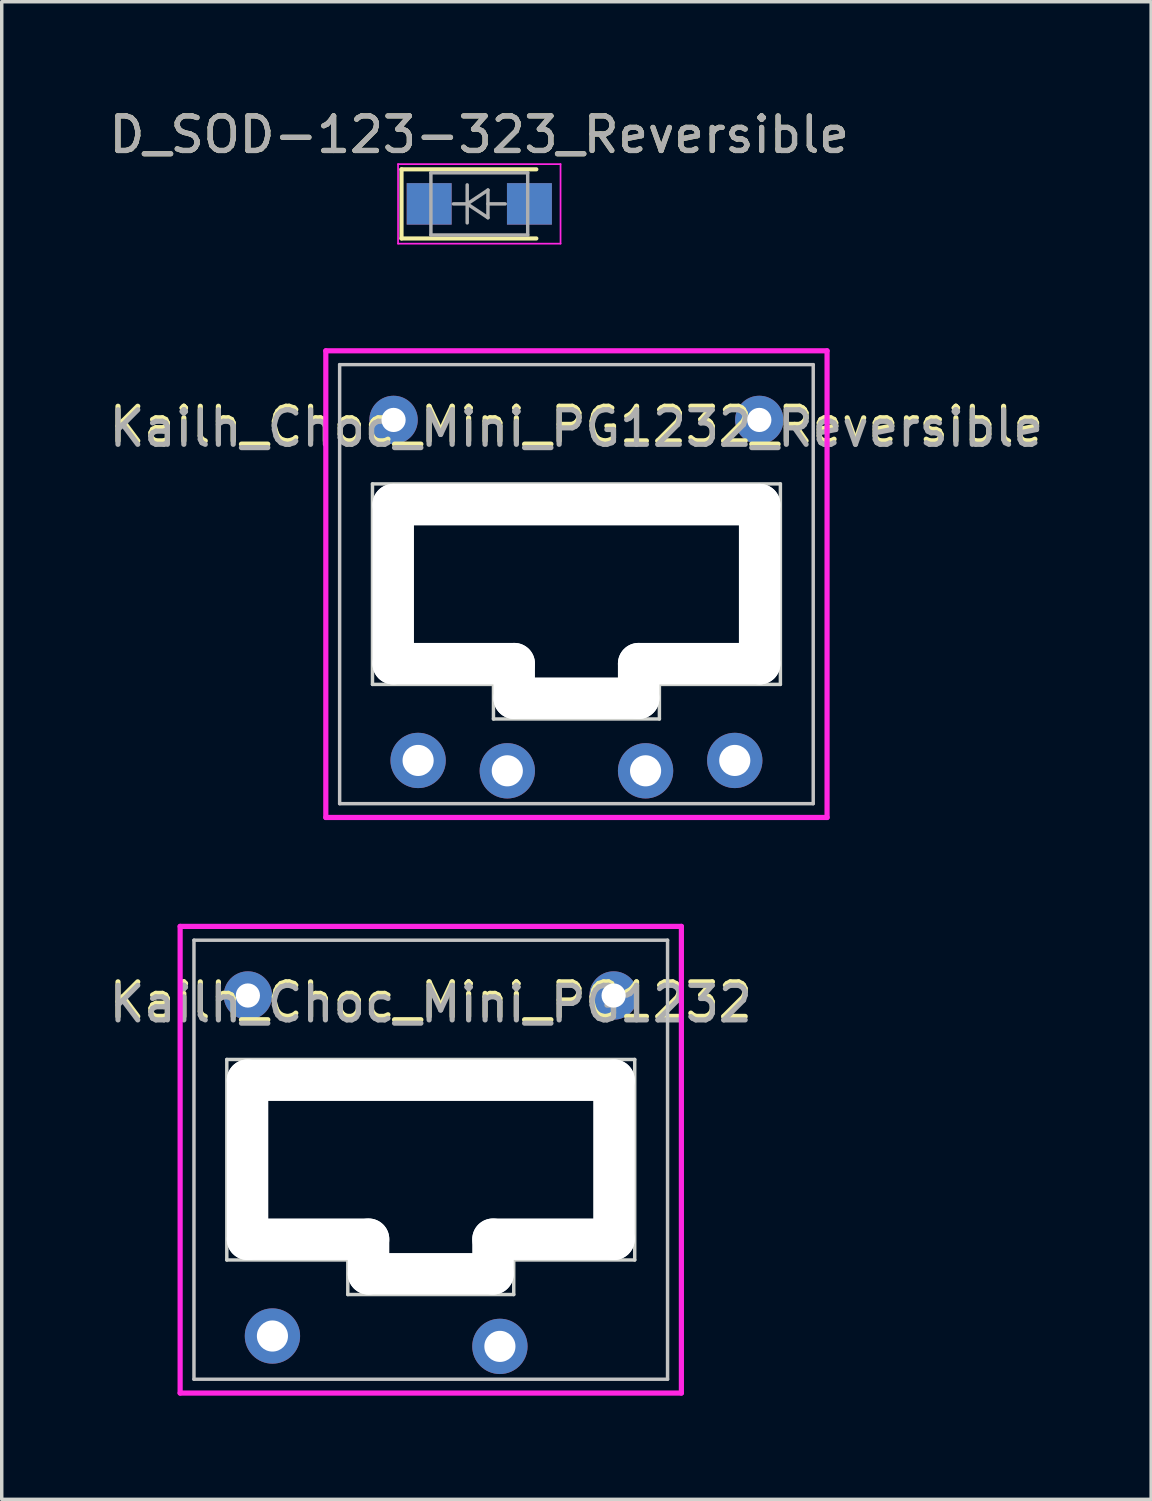
<source format=kicad_pcb>
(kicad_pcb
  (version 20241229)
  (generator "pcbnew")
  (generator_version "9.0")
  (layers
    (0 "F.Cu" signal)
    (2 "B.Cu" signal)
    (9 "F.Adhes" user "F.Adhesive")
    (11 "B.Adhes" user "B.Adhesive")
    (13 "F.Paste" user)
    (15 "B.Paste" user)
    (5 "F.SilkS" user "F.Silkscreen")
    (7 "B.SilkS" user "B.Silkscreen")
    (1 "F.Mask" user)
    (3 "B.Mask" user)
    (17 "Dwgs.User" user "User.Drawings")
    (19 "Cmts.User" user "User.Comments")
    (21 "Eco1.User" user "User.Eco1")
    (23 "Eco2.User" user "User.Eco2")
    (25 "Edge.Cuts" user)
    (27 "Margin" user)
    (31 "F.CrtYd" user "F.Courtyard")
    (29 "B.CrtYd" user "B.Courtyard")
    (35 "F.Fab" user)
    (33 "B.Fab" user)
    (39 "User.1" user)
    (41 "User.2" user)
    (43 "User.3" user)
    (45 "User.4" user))
  (footprint "Kailh_Choc_Mini_PG1232"
    (layer "F.Cu")
    (at 9.411 30.498)
    (property "Reference" "Kailh_Choc_Mini_PG1232" (at 0 -4.6 0) (layer "F.SilkS") (effects (font (size 1 1) (thickness 0.15))))
    (attr through_hole)
    (fp_line (start -6.85 -6.35) (end -6.85 6.35) (stroke (width 0.1) (type solid)) (layer "Dwgs.User"))
    (fp_line (start -6.85 6.35) (end 6.85 6.35) (stroke (width 0.1) (type solid)) (layer "Dwgs.User"))
    (fp_line (start 6.85 -6.35) (end -6.85 -6.35) (stroke (width 0.1) (type solid)) (layer "Dwgs.User"))
    (fp_line (start 6.85 6.35) (end 6.85 -6.35) (stroke (width 0.1) (type solid)) (layer "Dwgs.User"))
    (fp_line (start -5.9 -2.9) (end -5.9 2.9) (stroke (width 0.1) (type solid)) (layer "Edge.Cuts"))
    (fp_line (start -5.9 2.9) (end -2.4 2.9) (stroke (width 0.1) (type solid)) (layer "Edge.Cuts"))
    (fp_line (start -2.4 2.9) (end -2.4 3.9) (stroke (width 0.1) (type solid)) (layer "Edge.Cuts"))
    (fp_line (start -2.4 3.9) (end 2.4 3.9) (stroke (width 0.1) (type solid)) (layer "Edge.Cuts"))
    (fp_line (start 2.4 2.9) (end 5.9 2.9) (stroke (width 0.1) (type solid)) (layer "Edge.Cuts"))
    (fp_line (start 2.4 3.9) (end 2.4 2.9) (stroke (width 0.1) (type solid)) (layer "Edge.Cuts"))
    (fp_line (start 5.9 -2.9) (end -5.9 -2.9) (stroke (width 0.1) (type solid)) (layer "Edge.Cuts"))
    (fp_line (start 5.9 2.9) (end 5.9 -2.9) (stroke (width 0.1) (type solid)) (layer "Edge.Cuts"))
    (fp_line (start -7.25 -6.75) (end -7.25 6.75) (stroke (width 0.15) (type solid)) (layer "F.CrtYd"))
    (fp_line (start -7.25 6.75) (end 7.25 6.75) (stroke (width 0.15) (type solid)) (layer "F.CrtYd"))
    (fp_line (start 7.25 -6.75) (end -7.25 -6.75) (stroke (width 0.15) (type solid)) (layer "F.CrtYd"))
    (fp_line (start 7.25 6.75) (end 7.25 -6.75) (stroke (width 0.15) (type solid)) (layer "F.CrtYd"))
    (fp_text user "${REFERENCE}" (at 0 -4.5 0) (layer "F.Fab") (effects (font (size 1 1) (thickness 0.15))))
    (pad "" np_thru_hole oval (at -5.3 0) (size 1.2 5.8) (drill oval 1.2 5.8) (layers "*.Cu"))
    (pad "" thru_hole circle (at -5.29 -4.75) (size 1.4 1.4) (drill 0.7) (layers "*.Cu" "*.Mask"))
    (pad "" np_thru_hole oval (at -3.55 2.3) (size 4.7 1.2) (drill oval 4.7 1.2) (layers "*.Cu"))
    (pad "" np_thru_hole oval (at -1.8 2.8) (size 1.2 2.2) (drill oval 1.2 2.2) (layers "*.Cu"))
    (pad "" np_thru_hole oval (at 0 -2.3) (size 11.8 1.2) (drill oval 11.8 1.2) (layers "*.Cu"))
    (pad "" np_thru_hole oval (at 0 3.3) (size 4.8 1.2) (drill oval 4.8 1.2) (layers "*.Cu"))
    (pad "" np_thru_hole oval (at 1.8 2.8) (size 1.2 2.2) (drill oval 1.2 2.2) (layers "*.Cu"))
    (pad "" np_thru_hole oval (at 3.55 2.3) (size 4.7 1.2) (drill oval 4.7 1.2) (layers "*.Cu"))
    (pad "" thru_hole circle (at 5.29 -4.75) (size 1.4 1.4) (drill 0.7) (layers "*.Cu" "*.Mask"))
    (pad "" np_thru_hole oval (at 5.3 0) (size 1.2 5.8) (drill oval 1.2 5.8) (layers "*.Cu"))
    (pad "1" thru_hole circle (at -4.58 5.1) (size 1.6 1.6) (drill 0.9) (layers "*.Cu" "*.Mask"))
    (pad "2" thru_hole circle (at 2 5.4) (size 1.6 1.6) (drill 0.9) (layers "*.Cu" "*.Mask")))
  (footprint "D_SOD-123-323_Reversible"
    (layer "F.Cu")
    (at 10.815 2.848)
    (property "Reference" "D_SOD-123-323_Reversible" (at 0 -2 0) (layer "F.SilkS") (effects (font (size 1 1) (thickness 0.15))))
    (attr smd)
    (fp_line (start -2.25 -1) (end -2.25 1) (stroke (width 0.12) (type solid)) (layer "F.SilkS"))
    (fp_line (start -2.25 -1) (end 1.65 -1) (stroke (width 0.12) (type solid)) (layer "F.SilkS"))
    (fp_line (start -2.25 1) (end 1.65 1) (stroke (width 0.12) (type solid)) (layer "F.SilkS"))
    (fp_line (start -2.35 -1.15) (end -2.35 1.15) (stroke (width 0.05) (type solid)) (layer "F.CrtYd"))
    (fp_line (start -2.35 -1.15) (end 2.35 -1.15) (stroke (width 0.05) (type solid)) (layer "F.CrtYd"))
    (fp_line (start 2.35 -1.15) (end 2.35 1.15) (stroke (width 0.05) (type solid)) (layer "F.CrtYd"))
    (fp_line (start 2.35 1.15) (end -2.35 1.15) (stroke (width 0.05) (type solid)) (layer "F.CrtYd"))
    (fp_line (start -1.4 -0.9) (end 1.4 -0.9) (stroke (width 0.1) (type solid)) (layer "F.Fab"))
    (fp_line (start -1.4 0.9) (end -1.4 -0.9) (stroke (width 0.1) (type solid)) (layer "F.Fab"))
    (fp_line (start -0.75 0) (end -0.35 0) (stroke (width 0.1) (type solid)) (layer "F.Fab"))
    (fp_line (start -0.35 0) (end -0.35 -0.55) (stroke (width 0.1) (type solid)) (layer "F.Fab"))
    (fp_line (start -0.35 0) (end -0.35 0.55) (stroke (width 0.1) (type solid)) (layer "F.Fab"))
    (fp_line (start -0.35 0) (end 0.25 -0.4) (stroke (width 0.1) (type solid)) (layer "F.Fab"))
    (fp_line (start 0.25 -0.4) (end 0.25 0.4) (stroke (width 0.1) (type solid)) (layer "F.Fab"))
    (fp_line (start 0.25 0) (end 0.75 0) (stroke (width 0.1) (type solid)) (layer "F.Fab"))
    (fp_line (start 0.25 0.4) (end -0.35 0) (stroke (width 0.1) (type solid)) (layer "F.Fab"))
    (fp_line (start 1.4 -0.9) (end 1.4 0.9) (stroke (width 0.1) (type solid)) (layer "F.Fab"))
    (fp_line (start 1.4 0.9) (end -1.4 0.9) (stroke (width 0.1) (type solid)) (layer "F.Fab"))
    (fp_text user "${REFERENCE}" (at 0 -2 0) (layer "F.Fab") (effects (font (size 1 1) (thickness 0.15))))
    (pad "1" smd rect (at -1.45 0) (size 1.3 1.2) (layers "F.Cu" "F.Mask" "F.Paste"))
    (pad "1" smd rect (at -1.45 0) (size 1.3 1.2) (layers "B.Cu" "B.Mask" "B.Paste"))
    (pad "2" smd rect (at 1.45 0) (size 1.3 1.2) (layers "F.Cu" "F.Mask" "F.Paste"))
    (pad "2" smd rect (at 1.45 0) (size 1.3 1.2) (layers "B.Cu" "B.Mask" "B.Paste")))
  (footprint "Kailh_Choc_Mini_PG1232_Reversible"
    (layer "F.Cu")
    (at 13.625 13.848)
    (property "Reference" "Kailh_Choc_Mini_PG1232_Reversible" (at 0 -4.6 0) (layer "F.SilkS") (effects (font (size 1 1) (thickness 0.15))))
    (attr through_hole)
    (fp_line (start -6.85 -6.35) (end -6.85 6.35) (stroke (width 0.1) (type solid)) (layer "Dwgs.User"))
    (fp_line (start -6.85 6.35) (end 6.85 6.35) (stroke (width 0.1) (type solid)) (layer "Dwgs.User"))
    (fp_line (start 6.85 -6.35) (end -6.85 -6.35) (stroke (width 0.1) (type solid)) (layer "Dwgs.User"))
    (fp_line (start 6.85 6.35) (end 6.85 -6.35) (stroke (width 0.1) (type solid)) (layer "Dwgs.User"))
    (fp_line (start -5.9 -2.9) (end -5.9 2.9) (stroke (width 0.1) (type solid)) (layer "Edge.Cuts"))
    (fp_line (start -5.9 2.9) (end -2.4 2.9) (stroke (width 0.1) (type solid)) (layer "Edge.Cuts"))
    (fp_line (start -2.4 2.9) (end -2.4 3.9) (stroke (width 0.1) (type solid)) (layer "Edge.Cuts"))
    (fp_line (start -2.4 3.9) (end 2.4 3.9) (stroke (width 0.1) (type solid)) (layer "Edge.Cuts"))
    (fp_line (start 2.4 2.9) (end 5.9 2.9) (stroke (width 0.1) (type solid)) (layer "Edge.Cuts"))
    (fp_line (start 2.4 3.9) (end 2.4 2.9) (stroke (width 0.1) (type solid)) (layer "Edge.Cuts"))
    (fp_line (start 5.9 -2.9) (end -5.9 -2.9) (stroke (width 0.1) (type solid)) (layer "Edge.Cuts"))
    (fp_line (start 5.9 2.9) (end 5.9 -2.9) (stroke (width 0.1) (type solid)) (layer "Edge.Cuts"))
    (fp_line (start -7.25 -6.75) (end -7.25 6.75) (stroke (width 0.15) (type solid)) (layer "F.CrtYd"))
    (fp_line (start -7.25 6.75) (end 7.25 6.75) (stroke (width 0.15) (type solid)) (layer "F.CrtYd"))
    (fp_line (start 7.25 -6.75) (end -7.25 -6.75) (stroke (width 0.15) (type solid)) (layer "F.CrtYd"))
    (fp_line (start 7.25 6.75) (end 7.25 -6.75) (stroke (width 0.15) (type solid)) (layer "F.CrtYd"))
    (fp_text user "${REFERENCE}" (at 0 -4.5 0) (layer "F.Fab") (effects (font (size 1 1) (thickness 0.15))))
    (pad "" np_thru_hole oval (at -5.3 0) (size 1.2 5.8) (drill oval 1.2 5.8) (layers "*.Cu"))
    (pad "" thru_hole circle (at -5.29 -4.75) (size 1.4 1.4) (drill 0.7) (layers "*.Cu" "*.Mask"))
    (pad "" np_thru_hole oval (at -3.55 2.3) (size 4.7 1.2) (drill oval 4.7 1.2) (layers "*.Cu"))
    (pad "" np_thru_hole oval (at -1.8 2.8) (size 1.2 2.2) (drill oval 1.2 2.2) (layers "*.Cu"))
    (pad "" np_thru_hole oval (at 0 -2.3) (size 11.8 1.2) (drill oval 11.8 1.2) (layers "*.Cu"))
    (pad "" np_thru_hole oval (at 0 3.3) (size 4.8 1.2) (drill oval 4.8 1.2) (layers "*.Cu"))
    (pad "" np_thru_hole oval (at 1.8 2.8) (size 1.2 2.2) (drill oval 1.2 2.2) (layers "*.Cu"))
    (pad "" np_thru_hole oval (at 3.55 2.3) (size 4.7 1.2) (drill oval 4.7 1.2) (layers "*.Cu"))
    (pad "" thru_hole circle (at 5.29 -4.75) (size 1.4 1.4) (drill 0.7) (layers "*.Cu" "*.Mask"))
    (pad "" np_thru_hole oval (at 5.3 0) (size 1.2 5.8) (drill oval 1.2 5.8) (layers "*.Cu"))
    (pad "1" thru_hole circle (at -4.58 5.1) (size 1.6 1.6) (drill 0.9) (layers "*.Cu" "*.Mask"))
    (pad "1" thru_hole circle (at -2 5.4) (size 1.6 1.6) (drill 0.9) (layers "*.Cu" "*.Mask"))
    (pad "2" thru_hole circle (at 2 5.4) (size 1.6 1.6) (drill 0.9) (layers "*.Cu" "*.Mask"))
    (pad "2" thru_hole circle (at 4.58 5.1) (size 1.6 1.6) (drill 0.9) (layers "*.Cu" "*.Mask")))
  (gr_rect
    (start -3 -3)
    (end 30.25 40.323)
    (stroke (width 0.1) (type default))
    (fill no)
    (layer "Edge.Cuts")))
</source>
